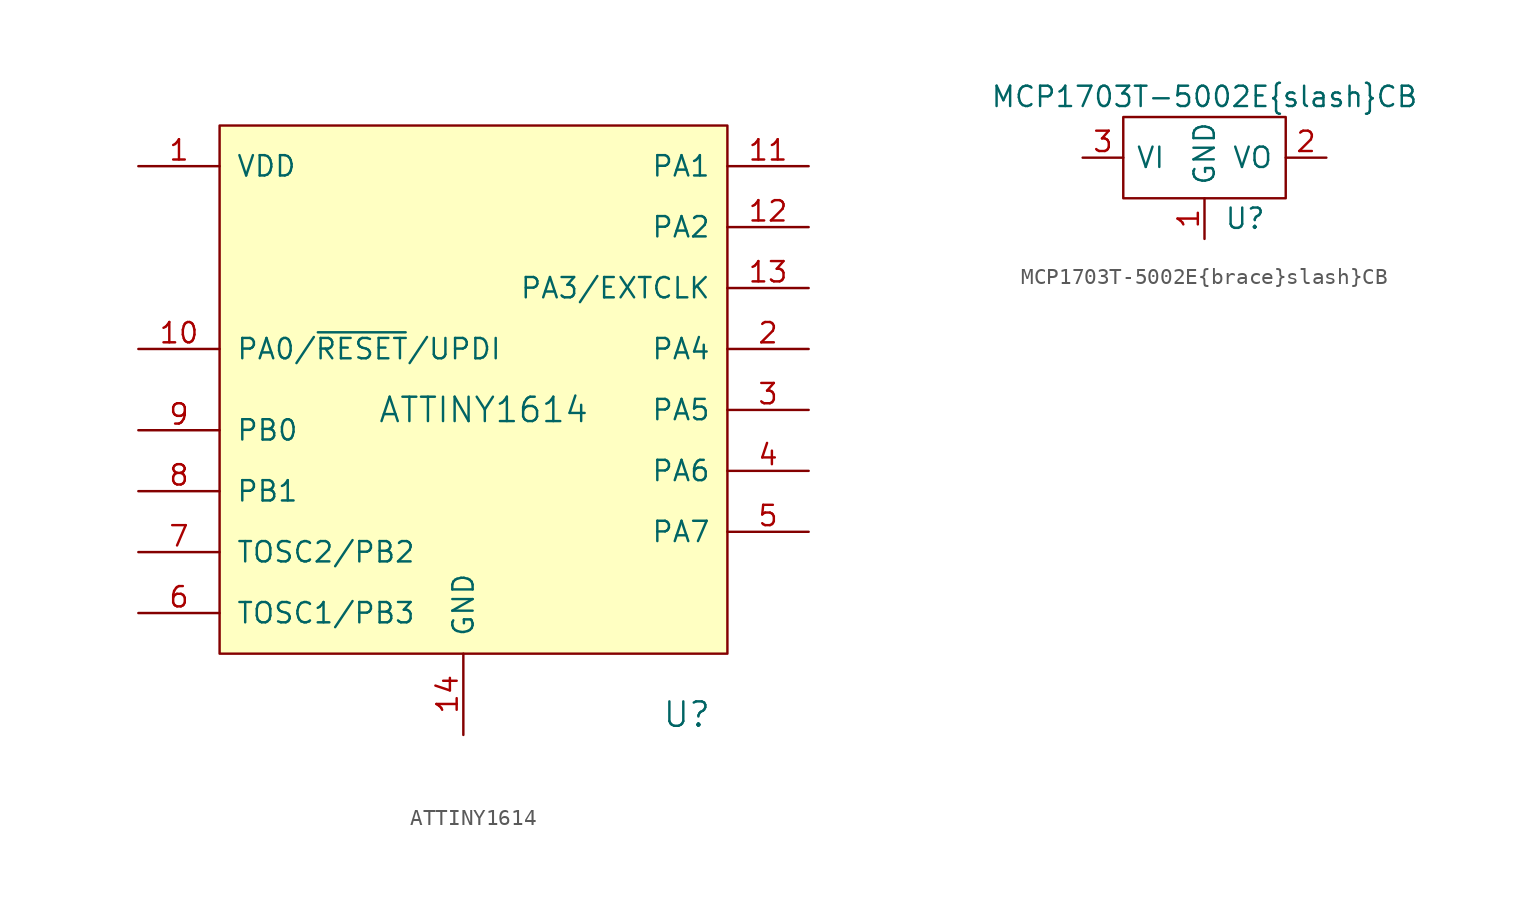
<source format=kicad_sym>
(kicad_symbol_lib
  (version 20211014)
  (generator kicad_symbol_editor)
  (symbol "ATTINY1614"
    (pin_names
      (offset 1.016))
    (property "Reference" "U"
      (at 13.97 -20.32 0)
      (effects (font (size 1.524 1.524))))
    (property "Value" "ATTINY1614"
      (at 1.27 -1.27 0)
      (effects (font (size 1.524 1.524))))
    (symbol "ATTINY1614_0_1"
      (rectangle (start -15.24 16.51) (end 16.51 -16.51) (stroke (width 0) (type default) (color 0 0 0 0)) (fill (type background))))
    (symbol "ATTINY1614_1_1"
      (pin input line (at -20.32 13.97 0) (length 5.08) (name "VDD" (effects (font (size 1.27 1.27)))) (number "1" (effects (font (size 1.27 1.27)))))
      (pin input line (at -20.32 2.54 0) (length 5.08) (name "PA0/~{RESET}/UPDI" (effects (font (size 1.27 1.27)))) (number "10" (effects (font (size 1.27 1.27)))))
      (pin input line (at 21.59 13.97 180) (length 5.08) (name "PA1" (effects (font (size 1.27 1.27)))) (number "11" (effects (font (size 1.27 1.27)))))
      (pin input line (at 21.59 10.16 180) (length 5.08) (name "PA2" (effects (font (size 1.27 1.27)))) (number "12" (effects (font (size 1.27 1.27)))))
      (pin input line (at 21.59 6.35 180) (length 5.08) (name "PA3/EXTCLK" (effects (font (size 1.27 1.27)))) (number "13" (effects (font (size 1.27 1.27)))))
      (pin input line (at 0 -21.59 90) (length 5.08) (name "GND" (effects (font (size 1.27 1.27)))) (number "14" (effects (font (size 1.27 1.27)))))
      (pin input line (at 21.59 2.54 180) (length 5.08) (name "PA4" (effects (font (size 1.27 1.27)))) (number "2" (effects (font (size 1.27 1.27)))))
      (pin input line (at 21.59 -1.27 180) (length 5.08) (name "PA5" (effects (font (size 1.27 1.27)))) (number "3" (effects (font (size 1.27 1.27)))))
      (pin input line (at 21.59 -5.08 180) (length 5.08) (name "PA6" (effects (font (size 1.27 1.27)))) (number "4" (effects (font (size 1.27 1.27)))))
      (pin input line (at 21.59 -8.89 180) (length 5.08) (name "PA7" (effects (font (size 1.27 1.27)))) (number "5" (effects (font (size 1.27 1.27)))))
      (pin input line (at -20.32 -13.97 0) (length 5.08) (name "TOSC1/PB3" (effects (font (size 1.27 1.27)))) (number "6" (effects (font (size 1.27 1.27)))))
      (pin input line (at -20.32 -10.16 0) (length 5.08) (name "TOSC2/PB2" (effects (font (size 1.27 1.27)))) (number "7" (effects (font (size 1.27 1.27)))))
      (pin input line (at -20.32 -6.35 0) (length 5.08) (name "PB1" (effects (font (size 1.27 1.27)))) (number "8" (effects (font (size 1.27 1.27)))))
      (pin input line (at -20.32 -2.54 0) (length 5.08) (name "PB0" (effects (font (size 1.27 1.27)))) (number "9" (effects (font (size 1.27 1.27)))))))
  (symbol "MCP1703T-5002E{brace}slash}CB"
    (pin_names
      (offset 0.762))
    (property "Reference" "U"
      (at 2.54 -3.81 0)
      (effects (font (size 1.27 1.27))))
    (property "Value" "MCP1703T-5002E{brace}slash}CB"
      (at 0 3.81 0)
      (effects (font (size 1.27 1.27))))
    (property "Footprint" ""
      (at 0 0 0)
      (effects (font (size 1.524 1.524))))
    (property "Datasheet" ""
      (at 0 0 0)
      (effects (font (size 1.524 1.524))))
    (symbol "MCP1703T-5002E{brace}slash}CB_0_1"
      (rectangle (start -5.08 -2.54) (end 5.08 2.54) (stroke (width 0) (type default) (color 0 0 0 0)) (fill (type none))))
    (symbol "MCP1703T-5002E{brace}slash}CB_1_1"
      (pin power_in line (at 0 -5.08 90) (length 2.54) (name "GND" (effects (font (size 1.27 1.27)))) (number "1" (effects (font (size 1.27 1.27)))))
      (pin power_out line (at 7.62 0 180) (length 2.54) (name "VO" (effects (font (size 1.27 1.27)))) (number "2" (effects (font (size 1.27 1.27)))))
      (pin power_in line (at -7.62 0 0) (length 2.54) (name "VI" (effects (font (size 1.27 1.27)))) (number "3" (effects (font (size 1.27 1.27))))))))
</source>
